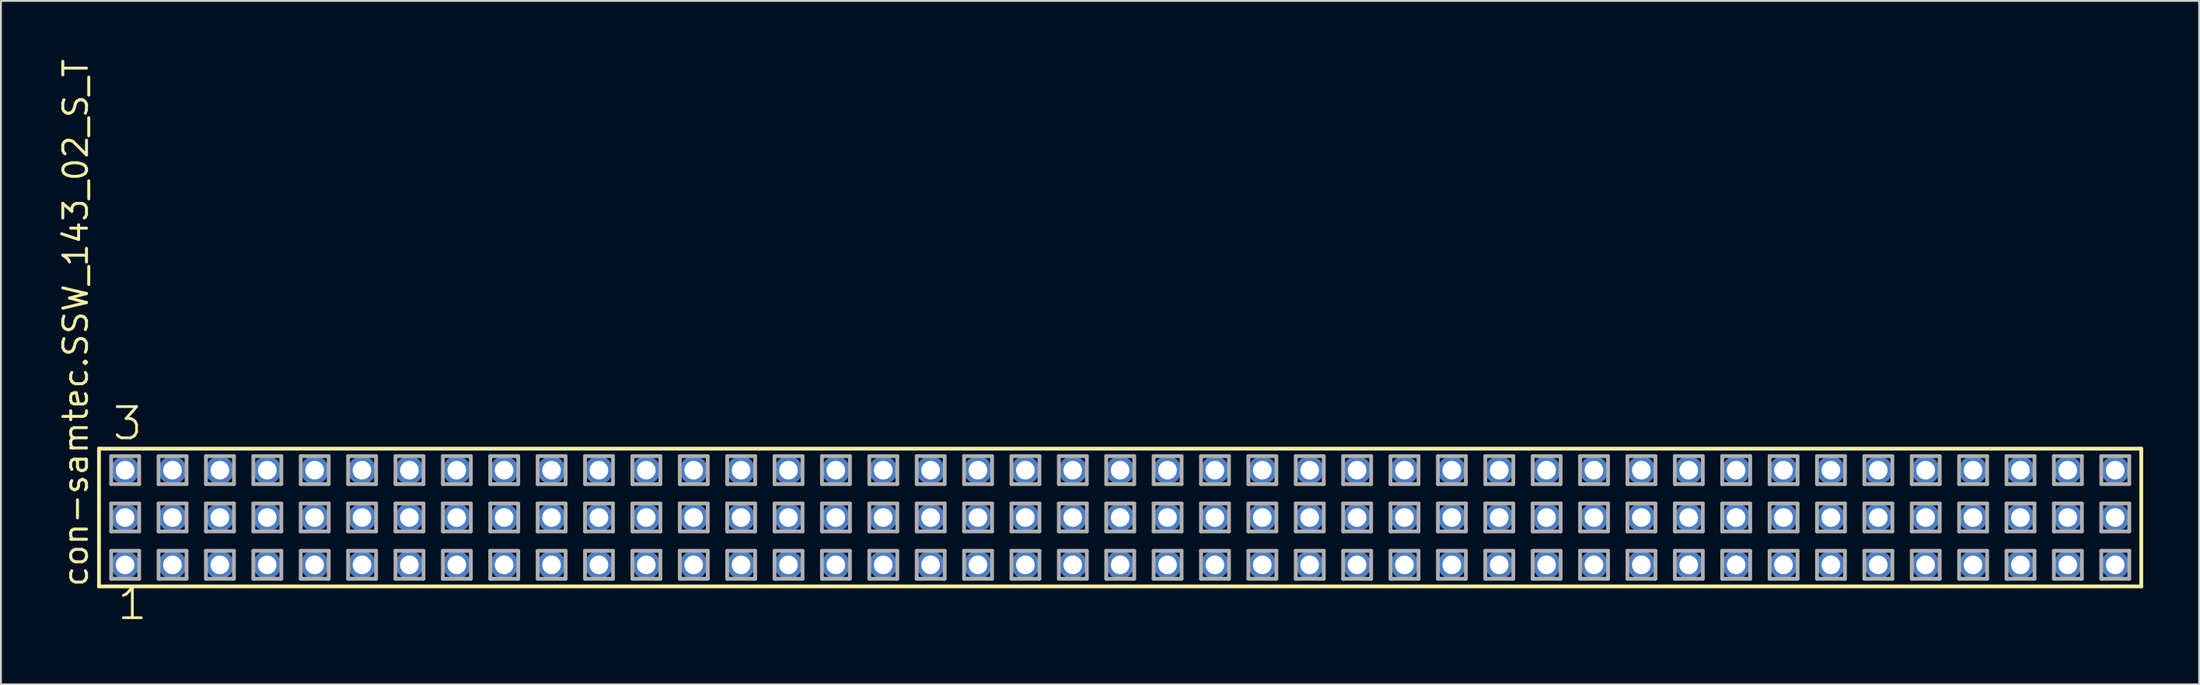
<source format=kicad_pcb>
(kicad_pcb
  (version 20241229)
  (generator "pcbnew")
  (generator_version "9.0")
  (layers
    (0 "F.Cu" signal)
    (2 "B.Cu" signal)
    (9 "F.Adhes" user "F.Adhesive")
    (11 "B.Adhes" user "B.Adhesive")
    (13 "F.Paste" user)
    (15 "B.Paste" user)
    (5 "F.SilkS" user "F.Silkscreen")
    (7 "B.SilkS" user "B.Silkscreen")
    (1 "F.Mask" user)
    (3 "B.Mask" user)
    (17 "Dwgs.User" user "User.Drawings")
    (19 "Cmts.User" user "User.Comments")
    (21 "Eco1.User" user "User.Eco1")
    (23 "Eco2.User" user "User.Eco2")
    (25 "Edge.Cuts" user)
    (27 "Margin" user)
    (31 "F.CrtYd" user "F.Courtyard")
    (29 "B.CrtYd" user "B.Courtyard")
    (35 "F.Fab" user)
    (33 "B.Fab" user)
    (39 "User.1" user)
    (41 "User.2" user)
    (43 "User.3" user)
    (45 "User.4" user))
  (footprint "con-samtec.SSW_143_02_S_T"
    (layer "F.Cu")
    (at 56.995 24.719)
    (property "Reference" "con-samtec.SSW_143_02_S_T" (at -55.245 3.81 90) (layer "F.SilkS") (effects (font (size 1.27 1.27) (thickness 0.16)) (justify left bottom)))
    (attr through_hole)
    (fp_line (start -54.739 -3.695) (end 54.739 -3.695) (stroke (width 0.203) (type default)) (layer "F.SilkS"))
    (fp_line (start -54.739 3.695) (end -54.739 -3.695) (stroke (width 0.203) (type default)) (layer "F.SilkS"))
    (fp_line (start 54.739 -3.695) (end 54.739 3.695) (stroke (width 0.203) (type default)) (layer "F.SilkS"))
    (fp_line (start 54.739 3.695) (end -54.739 3.695) (stroke (width 0.203) (type default)) (layer "F.SilkS"))
    (fp_line (start -54.085 -3.295) (end -52.585 -3.295) (stroke (width 0.203) (type default)) (layer "F.Fab"))
    (fp_line (start -54.085 -1.795) (end -54.085 -3.295) (stroke (width 0.203) (type default)) (layer "F.Fab"))
    (fp_line (start -54.085 -0.755) (end -52.585 -0.755) (stroke (width 0.203) (type default)) (layer "F.Fab"))
    (fp_line (start -54.085 0.745) (end -54.085 -0.755) (stroke (width 0.203) (type default)) (layer "F.Fab"))
    (fp_line (start -54.085 1.785) (end -52.585 1.785) (stroke (width 0.203) (type default)) (layer "F.Fab"))
    (fp_line (start -54.085 3.285) (end -54.085 1.785) (stroke (width 0.203) (type default)) (layer "F.Fab"))
    (fp_line (start -52.585 -3.295) (end -52.585 -1.795) (stroke (width 0.203) (type default)) (layer "F.Fab"))
    (fp_line (start -52.585 -1.795) (end -54.085 -1.795) (stroke (width 0.203) (type default)) (layer "F.Fab"))
    (fp_line (start -52.585 -0.755) (end -52.585 0.745) (stroke (width 0.203) (type default)) (layer "F.Fab"))
    (fp_line (start -52.585 0.745) (end -54.085 0.745) (stroke (width 0.203) (type default)) (layer "F.Fab"))
    (fp_line (start -52.585 1.785) (end -52.585 3.285) (stroke (width 0.203) (type default)) (layer "F.Fab"))
    (fp_line (start -52.585 3.285) (end -54.085 3.285) (stroke (width 0.203) (type default)) (layer "F.Fab"))
    (fp_line (start -51.545 -3.295) (end -50.045 -3.295) (stroke (width 0.203) (type default)) (layer "F.Fab"))
    (fp_line (start -51.545 -1.795) (end -51.545 -3.295) (stroke (width 0.203) (type default)) (layer "F.Fab"))
    (fp_line (start -51.545 -0.755) (end -50.045 -0.755) (stroke (width 0.203) (type default)) (layer "F.Fab"))
    (fp_line (start -51.545 0.745) (end -51.545 -0.755) (stroke (width 0.203) (type default)) (layer "F.Fab"))
    (fp_line (start -51.545 1.785) (end -50.045 1.785) (stroke (width 0.203) (type default)) (layer "F.Fab"))
    (fp_line (start -51.545 3.285) (end -51.545 1.785) (stroke (width 0.203) (type default)) (layer "F.Fab"))
    (fp_line (start -50.045 -3.295) (end -50.045 -1.795) (stroke (width 0.203) (type default)) (layer "F.Fab"))
    (fp_line (start -50.045 -1.795) (end -51.545 -1.795) (stroke (width 0.203) (type default)) (layer "F.Fab"))
    (fp_line (start -50.045 -0.755) (end -50.045 0.745) (stroke (width 0.203) (type default)) (layer "F.Fab"))
    (fp_line (start -50.045 0.745) (end -51.545 0.745) (stroke (width 0.203) (type default)) (layer "F.Fab"))
    (fp_line (start -50.045 1.785) (end -50.045 3.285) (stroke (width 0.203) (type default)) (layer "F.Fab"))
    (fp_line (start -50.045 3.285) (end -51.545 3.285) (stroke (width 0.203) (type default)) (layer "F.Fab"))
    (fp_line (start -49.005 -3.295) (end -47.505 -3.295) (stroke (width 0.203) (type default)) (layer "F.Fab"))
    (fp_line (start -49.005 -1.795) (end -49.005 -3.295) (stroke (width 0.203) (type default)) (layer "F.Fab"))
    (fp_line (start -49.005 -0.755) (end -47.505 -0.755) (stroke (width 0.203) (type default)) (layer "F.Fab"))
    (fp_line (start -49.005 0.745) (end -49.005 -0.755) (stroke (width 0.203) (type default)) (layer "F.Fab"))
    (fp_line (start -49.005 1.785) (end -47.505 1.785) (stroke (width 0.203) (type default)) (layer "F.Fab"))
    (fp_line (start -49.005 3.285) (end -49.005 1.785) (stroke (width 0.203) (type default)) (layer "F.Fab"))
    (fp_line (start -47.505 -3.295) (end -47.505 -1.795) (stroke (width 0.203) (type default)) (layer "F.Fab"))
    (fp_line (start -47.505 -1.795) (end -49.005 -1.795) (stroke (width 0.203) (type default)) (layer "F.Fab"))
    (fp_line (start -47.505 -0.755) (end -47.505 0.745) (stroke (width 0.203) (type default)) (layer "F.Fab"))
    (fp_line (start -47.505 0.745) (end -49.005 0.745) (stroke (width 0.203) (type default)) (layer "F.Fab"))
    (fp_line (start -47.505 1.785) (end -47.505 3.285) (stroke (width 0.203) (type default)) (layer "F.Fab"))
    (fp_line (start -47.505 3.285) (end -49.005 3.285) (stroke (width 0.203) (type default)) (layer "F.Fab"))
    (fp_line (start -46.465 -3.295) (end -44.965 -3.295) (stroke (width 0.203) (type default)) (layer "F.Fab"))
    (fp_line (start -46.465 -1.795) (end -46.465 -3.295) (stroke (width 0.203) (type default)) (layer "F.Fab"))
    (fp_line (start -46.465 -0.755) (end -44.965 -0.755) (stroke (width 0.203) (type default)) (layer "F.Fab"))
    (fp_line (start -46.465 0.745) (end -46.465 -0.755) (stroke (width 0.203) (type default)) (layer "F.Fab"))
    (fp_line (start -46.465 1.785) (end -44.965 1.785) (stroke (width 0.203) (type default)) (layer "F.Fab"))
    (fp_line (start -46.465 3.285) (end -46.465 1.785) (stroke (width 0.203) (type default)) (layer "F.Fab"))
    (fp_line (start -44.965 -3.295) (end -44.965 -1.795) (stroke (width 0.203) (type default)) (layer "F.Fab"))
    (fp_line (start -44.965 -1.795) (end -46.465 -1.795) (stroke (width 0.203) (type default)) (layer "F.Fab"))
    (fp_line (start -44.965 -0.755) (end -44.965 0.745) (stroke (width 0.203) (type default)) (layer "F.Fab"))
    (fp_line (start -44.965 0.745) (end -46.465 0.745) (stroke (width 0.203) (type default)) (layer "F.Fab"))
    (fp_line (start -44.965 1.785) (end -44.965 3.285) (stroke (width 0.203) (type default)) (layer "F.Fab"))
    (fp_line (start -44.965 3.285) (end -46.465 3.285) (stroke (width 0.203) (type default)) (layer "F.Fab"))
    (fp_line (start -43.925 -3.295) (end -42.425 -3.295) (stroke (width 0.203) (type default)) (layer "F.Fab"))
    (fp_line (start -43.925 -1.795) (end -43.925 -3.295) (stroke (width 0.203) (type default)) (layer "F.Fab"))
    (fp_line (start -43.925 -0.755) (end -42.425 -0.755) (stroke (width 0.203) (type default)) (layer "F.Fab"))
    (fp_line (start -43.925 0.745) (end -43.925 -0.755) (stroke (width 0.203) (type default)) (layer "F.Fab"))
    (fp_line (start -43.925 1.785) (end -42.425 1.785) (stroke (width 0.203) (type default)) (layer "F.Fab"))
    (fp_line (start -43.925 3.285) (end -43.925 1.785) (stroke (width 0.203) (type default)) (layer "F.Fab"))
    (fp_line (start -42.425 -3.295) (end -42.425 -1.795) (stroke (width 0.203) (type default)) (layer "F.Fab"))
    (fp_line (start -42.425 -1.795) (end -43.925 -1.795) (stroke (width 0.203) (type default)) (layer "F.Fab"))
    (fp_line (start -42.425 -0.755) (end -42.425 0.745) (stroke (width 0.203) (type default)) (layer "F.Fab"))
    (fp_line (start -42.425 0.745) (end -43.925 0.745) (stroke (width 0.203) (type default)) (layer "F.Fab"))
    (fp_line (start -42.425 1.785) (end -42.425 3.285) (stroke (width 0.203) (type default)) (layer "F.Fab"))
    (fp_line (start -42.425 3.285) (end -43.925 3.285) (stroke (width 0.203) (type default)) (layer "F.Fab"))
    (fp_line (start -41.385 -3.295) (end -39.885 -3.295) (stroke (width 0.203) (type default)) (layer "F.Fab"))
    (fp_line (start -41.385 -1.795) (end -41.385 -3.295) (stroke (width 0.203) (type default)) (layer "F.Fab"))
    (fp_line (start -41.385 -0.755) (end -39.885 -0.755) (stroke (width 0.203) (type default)) (layer "F.Fab"))
    (fp_line (start -41.385 0.745) (end -41.385 -0.755) (stroke (width 0.203) (type default)) (layer "F.Fab"))
    (fp_line (start -41.385 1.785) (end -39.885 1.785) (stroke (width 0.203) (type default)) (layer "F.Fab"))
    (fp_line (start -41.385 3.285) (end -41.385 1.785) (stroke (width 0.203) (type default)) (layer "F.Fab"))
    (fp_line (start -39.885 -3.295) (end -39.885 -1.795) (stroke (width 0.203) (type default)) (layer "F.Fab"))
    (fp_line (start -39.885 -1.795) (end -41.385 -1.795) (stroke (width 0.203) (type default)) (layer "F.Fab"))
    (fp_line (start -39.885 -0.755) (end -39.885 0.745) (stroke (width 0.203) (type default)) (layer "F.Fab"))
    (fp_line (start -39.885 0.745) (end -41.385 0.745) (stroke (width 0.203) (type default)) (layer "F.Fab"))
    (fp_line (start -39.885 1.785) (end -39.885 3.285) (stroke (width 0.203) (type default)) (layer "F.Fab"))
    (fp_line (start -39.885 3.285) (end -41.385 3.285) (stroke (width 0.203) (type default)) (layer "F.Fab"))
    (fp_line (start -38.845 -3.295) (end -37.345 -3.295) (stroke (width 0.203) (type default)) (layer "F.Fab"))
    (fp_line (start -38.845 -1.795) (end -38.845 -3.295) (stroke (width 0.203) (type default)) (layer "F.Fab"))
    (fp_line (start -38.845 -0.755) (end -37.345 -0.755) (stroke (width 0.203) (type default)) (layer "F.Fab"))
    (fp_line (start -38.845 0.745) (end -38.845 -0.755) (stroke (width 0.203) (type default)) (layer "F.Fab"))
    (fp_line (start -38.845 1.785) (end -37.345 1.785) (stroke (width 0.203) (type default)) (layer "F.Fab"))
    (fp_line (start -38.845 3.285) (end -38.845 1.785) (stroke (width 0.203) (type default)) (layer "F.Fab"))
    (fp_line (start -37.345 -3.295) (end -37.345 -1.795) (stroke (width 0.203) (type default)) (layer "F.Fab"))
    (fp_line (start -37.345 -1.795) (end -38.845 -1.795) (stroke (width 0.203) (type default)) (layer "F.Fab"))
    (fp_line (start -37.345 -0.755) (end -37.345 0.745) (stroke (width 0.203) (type default)) (layer "F.Fab"))
    (fp_line (start -37.345 0.745) (end -38.845 0.745) (stroke (width 0.203) (type default)) (layer "F.Fab"))
    (fp_line (start -37.345 1.785) (end -37.345 3.285) (stroke (width 0.203) (type default)) (layer "F.Fab"))
    (fp_line (start -37.345 3.285) (end -38.845 3.285) (stroke (width 0.203) (type default)) (layer "F.Fab"))
    (fp_line (start -36.305 -3.295) (end -34.805 -3.295) (stroke (width 0.203) (type default)) (layer "F.Fab"))
    (fp_line (start -36.305 -1.795) (end -36.305 -3.295) (stroke (width 0.203) (type default)) (layer "F.Fab"))
    (fp_line (start -36.305 -0.755) (end -34.805 -0.755) (stroke (width 0.203) (type default)) (layer "F.Fab"))
    (fp_line (start -36.305 0.745) (end -36.305 -0.755) (stroke (width 0.203) (type default)) (layer "F.Fab"))
    (fp_line (start -36.305 1.785) (end -34.805 1.785) (stroke (width 0.203) (type default)) (layer "F.Fab"))
    (fp_line (start -36.305 3.285) (end -36.305 1.785) (stroke (width 0.203) (type default)) (layer "F.Fab"))
    (fp_line (start -34.805 -3.295) (end -34.805 -1.795) (stroke (width 0.203) (type default)) (layer "F.Fab"))
    (fp_line (start -34.805 -1.795) (end -36.305 -1.795) (stroke (width 0.203) (type default)) (layer "F.Fab"))
    (fp_line (start -34.805 -0.755) (end -34.805 0.745) (stroke (width 0.203) (type default)) (layer "F.Fab"))
    (fp_line (start -34.805 0.745) (end -36.305 0.745) (stroke (width 0.203) (type default)) (layer "F.Fab"))
    (fp_line (start -34.805 1.785) (end -34.805 3.285) (stroke (width 0.203) (type default)) (layer "F.Fab"))
    (fp_line (start -34.805 3.285) (end -36.305 3.285) (stroke (width 0.203) (type default)) (layer "F.Fab"))
    (fp_line (start -33.765 -3.295) (end -32.265 -3.295) (stroke (width 0.203) (type default)) (layer "F.Fab"))
    (fp_line (start -33.765 -1.795) (end -33.765 -3.295) (stroke (width 0.203) (type default)) (layer "F.Fab"))
    (fp_line (start -33.765 -0.755) (end -32.265 -0.755) (stroke (width 0.203) (type default)) (layer "F.Fab"))
    (fp_line (start -33.765 0.745) (end -33.765 -0.755) (stroke (width 0.203) (type default)) (layer "F.Fab"))
    (fp_line (start -33.765 1.785) (end -32.265 1.785) (stroke (width 0.203) (type default)) (layer "F.Fab"))
    (fp_line (start -33.765 3.285) (end -33.765 1.785) (stroke (width 0.203) (type default)) (layer "F.Fab"))
    (fp_line (start -32.265 -3.295) (end -32.265 -1.795) (stroke (width 0.203) (type default)) (layer "F.Fab"))
    (fp_line (start -32.265 -1.795) (end -33.765 -1.795) (stroke (width 0.203) (type default)) (layer "F.Fab"))
    (fp_line (start -32.265 -0.755) (end -32.265 0.745) (stroke (width 0.203) (type default)) (layer "F.Fab"))
    (fp_line (start -32.265 0.745) (end -33.765 0.745) (stroke (width 0.203) (type default)) (layer "F.Fab"))
    (fp_line (start -32.265 1.785) (end -32.265 3.285) (stroke (width 0.203) (type default)) (layer "F.Fab"))
    (fp_line (start -32.265 3.285) (end -33.765 3.285) (stroke (width 0.203) (type default)) (layer "F.Fab"))
    (fp_line (start -31.225 -3.295) (end -29.725 -3.295) (stroke (width 0.203) (type default)) (layer "F.Fab"))
    (fp_line (start -31.225 -1.795) (end -31.225 -3.295) (stroke (width 0.203) (type default)) (layer "F.Fab"))
    (fp_line (start -31.225 -0.755) (end -29.725 -0.755) (stroke (width 0.203) (type default)) (layer "F.Fab"))
    (fp_line (start -31.225 0.745) (end -31.225 -0.755) (stroke (width 0.203) (type default)) (layer "F.Fab"))
    (fp_line (start -31.225 1.785) (end -29.725 1.785) (stroke (width 0.203) (type default)) (layer "F.Fab"))
    (fp_line (start -31.225 3.285) (end -31.225 1.785) (stroke (width 0.203) (type default)) (layer "F.Fab"))
    (fp_line (start -29.725 -3.295) (end -29.725 -1.795) (stroke (width 0.203) (type default)) (layer "F.Fab"))
    (fp_line (start -29.725 -1.795) (end -31.225 -1.795) (stroke (width 0.203) (type default)) (layer "F.Fab"))
    (fp_line (start -29.725 -0.755) (end -29.725 0.745) (stroke (width 0.203) (type default)) (layer "F.Fab"))
    (fp_line (start -29.725 0.745) (end -31.225 0.745) (stroke (width 0.203) (type default)) (layer "F.Fab"))
    (fp_line (start -29.725 1.785) (end -29.725 3.285) (stroke (width 0.203) (type default)) (layer "F.Fab"))
    (fp_line (start -29.725 3.285) (end -31.225 3.285) (stroke (width 0.203) (type default)) (layer "F.Fab"))
    (fp_line (start -28.685 -3.295) (end -27.185 -3.295) (stroke (width 0.203) (type default)) (layer "F.Fab"))
    (fp_line (start -28.685 -1.795) (end -28.685 -3.295) (stroke (width 0.203) (type default)) (layer "F.Fab"))
    (fp_line (start -28.685 -0.755) (end -27.185 -0.755) (stroke (width 0.203) (type default)) (layer "F.Fab"))
    (fp_line (start -28.685 0.745) (end -28.685 -0.755) (stroke (width 0.203) (type default)) (layer "F.Fab"))
    (fp_line (start -28.685 1.785) (end -27.185 1.785) (stroke (width 0.203) (type default)) (layer "F.Fab"))
    (fp_line (start -28.685 3.285) (end -28.685 1.785) (stroke (width 0.203) (type default)) (layer "F.Fab"))
    (fp_line (start -27.185 -3.295) (end -27.185 -1.795) (stroke (width 0.203) (type default)) (layer "F.Fab"))
    (fp_line (start -27.185 -1.795) (end -28.685 -1.795) (stroke (width 0.203) (type default)) (layer "F.Fab"))
    (fp_line (start -27.185 -0.755) (end -27.185 0.745) (stroke (width 0.203) (type default)) (layer "F.Fab"))
    (fp_line (start -27.185 0.745) (end -28.685 0.745) (stroke (width 0.203) (type default)) (layer "F.Fab"))
    (fp_line (start -27.185 1.785) (end -27.185 3.285) (stroke (width 0.203) (type default)) (layer "F.Fab"))
    (fp_line (start -27.185 3.285) (end -28.685 3.285) (stroke (width 0.203) (type default)) (layer "F.Fab"))
    (fp_line (start -26.145 -3.295) (end -24.645 -3.295) (stroke (width 0.203) (type default)) (layer "F.Fab"))
    (fp_line (start -26.145 -1.795) (end -26.145 -3.295) (stroke (width 0.203) (type default)) (layer "F.Fab"))
    (fp_line (start -26.145 -0.755) (end -24.645 -0.755) (stroke (width 0.203) (type default)) (layer "F.Fab"))
    (fp_line (start -26.145 0.745) (end -26.145 -0.755) (stroke (width 0.203) (type default)) (layer "F.Fab"))
    (fp_line (start -26.145 1.785) (end -24.645 1.785) (stroke (width 0.203) (type default)) (layer "F.Fab"))
    (fp_line (start -26.145 3.285) (end -26.145 1.785) (stroke (width 0.203) (type default)) (layer "F.Fab"))
    (fp_line (start -24.645 -3.295) (end -24.645 -1.795) (stroke (width 0.203) (type default)) (layer "F.Fab"))
    (fp_line (start -24.645 -1.795) (end -26.145 -1.795) (stroke (width 0.203) (type default)) (layer "F.Fab"))
    (fp_line (start -24.645 -0.755) (end -24.645 0.745) (stroke (width 0.203) (type default)) (layer "F.Fab"))
    (fp_line (start -24.645 0.745) (end -26.145 0.745) (stroke (width 0.203) (type default)) (layer "F.Fab"))
    (fp_line (start -24.645 1.785) (end -24.645 3.285) (stroke (width 0.203) (type default)) (layer "F.Fab"))
    (fp_line (start -24.645 3.285) (end -26.145 3.285) (stroke (width 0.203) (type default)) (layer "F.Fab"))
    (fp_line (start -23.605 -3.295) (end -22.105 -3.295) (stroke (width 0.203) (type default)) (layer "F.Fab"))
    (fp_line (start -23.605 -1.795) (end -23.605 -3.295) (stroke (width 0.203) (type default)) (layer "F.Fab"))
    (fp_line (start -23.605 -0.755) (end -22.105 -0.755) (stroke (width 0.203) (type default)) (layer "F.Fab"))
    (fp_line (start -23.605 0.745) (end -23.605 -0.755) (stroke (width 0.203) (type default)) (layer "F.Fab"))
    (fp_line (start -23.605 1.785) (end -22.105 1.785) (stroke (width 0.203) (type default)) (layer "F.Fab"))
    (fp_line (start -23.605 3.285) (end -23.605 1.785) (stroke (width 0.203) (type default)) (layer "F.Fab"))
    (fp_line (start -22.105 -3.295) (end -22.105 -1.795) (stroke (width 0.203) (type default)) (layer "F.Fab"))
    (fp_line (start -22.105 -1.795) (end -23.605 -1.795) (stroke (width 0.203) (type default)) (layer "F.Fab"))
    (fp_line (start -22.105 -0.755) (end -22.105 0.745) (stroke (width 0.203) (type default)) (layer "F.Fab"))
    (fp_line (start -22.105 0.745) (end -23.605 0.745) (stroke (width 0.203) (type default)) (layer "F.Fab"))
    (fp_line (start -22.105 1.785) (end -22.105 3.285) (stroke (width 0.203) (type default)) (layer "F.Fab"))
    (fp_line (start -22.105 3.285) (end -23.605 3.285) (stroke (width 0.203) (type default)) (layer "F.Fab"))
    (fp_line (start -21.065 -3.295) (end -19.565 -3.295) (stroke (width 0.203) (type default)) (layer "F.Fab"))
    (fp_line (start -21.065 -1.795) (end -21.065 -3.295) (stroke (width 0.203) (type default)) (layer "F.Fab"))
    (fp_line (start -21.065 -0.755) (end -19.565 -0.755) (stroke (width 0.203) (type default)) (layer "F.Fab"))
    (fp_line (start -21.065 0.745) (end -21.065 -0.755) (stroke (width 0.203) (type default)) (layer "F.Fab"))
    (fp_line (start -21.065 1.785) (end -19.565 1.785) (stroke (width 0.203) (type default)) (layer "F.Fab"))
    (fp_line (start -21.065 3.285) (end -21.065 1.785) (stroke (width 0.203) (type default)) (layer "F.Fab"))
    (fp_line (start -19.565 -3.295) (end -19.565 -1.795) (stroke (width 0.203) (type default)) (layer "F.Fab"))
    (fp_line (start -19.565 -1.795) (end -21.065 -1.795) (stroke (width 0.203) (type default)) (layer "F.Fab"))
    (fp_line (start -19.565 -0.755) (end -19.565 0.745) (stroke (width 0.203) (type default)) (layer "F.Fab"))
    (fp_line (start -19.565 0.745) (end -21.065 0.745) (stroke (width 0.203) (type default)) (layer "F.Fab"))
    (fp_line (start -19.565 1.785) (end -19.565 3.285) (stroke (width 0.203) (type default)) (layer "F.Fab"))
    (fp_line (start -19.565 3.285) (end -21.065 3.285) (stroke (width 0.203) (type default)) (layer "F.Fab"))
    (fp_line (start -18.525 -3.295) (end -17.025 -3.295) (stroke (width 0.203) (type default)) (layer "F.Fab"))
    (fp_line (start -18.525 -1.795) (end -18.525 -3.295) (stroke (width 0.203) (type default)) (layer "F.Fab"))
    (fp_line (start -18.525 -0.755) (end -17.025 -0.755) (stroke (width 0.203) (type default)) (layer "F.Fab"))
    (fp_line (start -18.525 0.745) (end -18.525 -0.755) (stroke (width 0.203) (type default)) (layer "F.Fab"))
    (fp_line (start -18.525 1.785) (end -17.025 1.785) (stroke (width 0.203) (type default)) (layer "F.Fab"))
    (fp_line (start -18.525 3.285) (end -18.525 1.785) (stroke (width 0.203) (type default)) (layer "F.Fab"))
    (fp_line (start -17.025 -3.295) (end -17.025 -1.795) (stroke (width 0.203) (type default)) (layer "F.Fab"))
    (fp_line (start -17.025 -1.795) (end -18.525 -1.795) (stroke (width 0.203) (type default)) (layer "F.Fab"))
    (fp_line (start -17.025 -0.755) (end -17.025 0.745) (stroke (width 0.203) (type default)) (layer "F.Fab"))
    (fp_line (start -17.025 0.745) (end -18.525 0.745) (stroke (width 0.203) (type default)) (layer "F.Fab"))
    (fp_line (start -17.025 1.785) (end -17.025 3.285) (stroke (width 0.203) (type default)) (layer "F.Fab"))
    (fp_line (start -17.025 3.285) (end -18.525 3.285) (stroke (width 0.203) (type default)) (layer "F.Fab"))
    (fp_line (start -15.985 -3.295) (end -14.485 -3.295) (stroke (width 0.203) (type default)) (layer "F.Fab"))
    (fp_line (start -15.985 -1.795) (end -15.985 -3.295) (stroke (width 0.203) (type default)) (layer "F.Fab"))
    (fp_line (start -15.985 -0.755) (end -14.485 -0.755) (stroke (width 0.203) (type default)) (layer "F.Fab"))
    (fp_line (start -15.985 0.745) (end -15.985 -0.755) (stroke (width 0.203) (type default)) (layer "F.Fab"))
    (fp_line (start -15.985 1.785) (end -14.485 1.785) (stroke (width 0.203) (type default)) (layer "F.Fab"))
    (fp_line (start -15.985 3.285) (end -15.985 1.785) (stroke (width 0.203) (type default)) (layer "F.Fab"))
    (fp_line (start -14.485 -3.295) (end -14.485 -1.795) (stroke (width 0.203) (type default)) (layer "F.Fab"))
    (fp_line (start -14.485 -1.795) (end -15.985 -1.795) (stroke (width 0.203) (type default)) (layer "F.Fab"))
    (fp_line (start -14.485 -0.755) (end -14.485 0.745) (stroke (width 0.203) (type default)) (layer "F.Fab"))
    (fp_line (start -14.485 0.745) (end -15.985 0.745) (stroke (width 0.203) (type default)) (layer "F.Fab"))
    (fp_line (start -14.485 1.785) (end -14.485 3.285) (stroke (width 0.203) (type default)) (layer "F.Fab"))
    (fp_line (start -14.485 3.285) (end -15.985 3.285) (stroke (width 0.203) (type default)) (layer "F.Fab"))
    (fp_line (start -13.445 -3.295) (end -11.945 -3.295) (stroke (width 0.203) (type default)) (layer "F.Fab"))
    (fp_line (start -13.445 -1.795) (end -13.445 -3.295) (stroke (width 0.203) (type default)) (layer "F.Fab"))
    (fp_line (start -13.445 -0.755) (end -11.945 -0.755) (stroke (width 0.203) (type default)) (layer "F.Fab"))
    (fp_line (start -13.445 0.745) (end -13.445 -0.755) (stroke (width 0.203) (type default)) (layer "F.Fab"))
    (fp_line (start -13.445 1.785) (end -11.945 1.785) (stroke (width 0.203) (type default)) (layer "F.Fab"))
    (fp_line (start -13.445 3.285) (end -13.445 1.785) (stroke (width 0.203) (type default)) (layer "F.Fab"))
    (fp_line (start -11.945 -3.295) (end -11.945 -1.795) (stroke (width 0.203) (type default)) (layer "F.Fab"))
    (fp_line (start -11.945 -1.795) (end -13.445 -1.795) (stroke (width 0.203) (type default)) (layer "F.Fab"))
    (fp_line (start -11.945 -0.755) (end -11.945 0.745) (stroke (width 0.203) (type default)) (layer "F.Fab"))
    (fp_line (start -11.945 0.745) (end -13.445 0.745) (stroke (width 0.203) (type default)) (layer "F.Fab"))
    (fp_line (start -11.945 1.785) (end -11.945 3.285) (stroke (width 0.203) (type default)) (layer "F.Fab"))
    (fp_line (start -11.945 3.285) (end -13.445 3.285) (stroke (width 0.203) (type default)) (layer "F.Fab"))
    (fp_line (start -10.905 -3.295) (end -9.405 -3.295) (stroke (width 0.203) (type default)) (layer "F.Fab"))
    (fp_line (start -10.905 -1.795) (end -10.905 -3.295) (stroke (width 0.203) (type default)) (layer "F.Fab"))
    (fp_line (start -10.905 -0.755) (end -9.405 -0.755) (stroke (width 0.203) (type default)) (layer "F.Fab"))
    (fp_line (start -10.905 0.745) (end -10.905 -0.755) (stroke (width 0.203) (type default)) (layer "F.Fab"))
    (fp_line (start -10.905 1.785) (end -9.405 1.785) (stroke (width 0.203) (type default)) (layer "F.Fab"))
    (fp_line (start -10.905 3.285) (end -10.905 1.785) (stroke (width 0.203) (type default)) (layer "F.Fab"))
    (fp_line (start -9.405 -3.295) (end -9.405 -1.795) (stroke (width 0.203) (type default)) (layer "F.Fab"))
    (fp_line (start -9.405 -1.795) (end -10.905 -1.795) (stroke (width 0.203) (type default)) (layer "F.Fab"))
    (fp_line (start -9.405 -0.755) (end -9.405 0.745) (stroke (width 0.203) (type default)) (layer "F.Fab"))
    (fp_line (start -9.405 0.745) (end -10.905 0.745) (stroke (width 0.203) (type default)) (layer "F.Fab"))
    (fp_line (start -9.405 1.785) (end -9.405 3.285) (stroke (width 0.203) (type default)) (layer "F.Fab"))
    (fp_line (start -9.405 3.285) (end -10.905 3.285) (stroke (width 0.203) (type default)) (layer "F.Fab"))
    (fp_line (start -8.365 -3.295) (end -6.865 -3.295) (stroke (width 0.203) (type default)) (layer "F.Fab"))
    (fp_line (start -8.365 -1.795) (end -8.365 -3.295) (stroke (width 0.203) (type default)) (layer "F.Fab"))
    (fp_line (start -8.365 -0.755) (end -6.865 -0.755) (stroke (width 0.203) (type default)) (layer "F.Fab"))
    (fp_line (start -8.365 0.745) (end -8.365 -0.755) (stroke (width 0.203) (type default)) (layer "F.Fab"))
    (fp_line (start -8.365 1.785) (end -6.865 1.785) (stroke (width 0.203) (type default)) (layer "F.Fab"))
    (fp_line (start -8.365 3.285) (end -8.365 1.785) (stroke (width 0.203) (type default)) (layer "F.Fab"))
    (fp_line (start -6.865 -3.295) (end -6.865 -1.795) (stroke (width 0.203) (type default)) (layer "F.Fab"))
    (fp_line (start -6.865 -1.795) (end -8.365 -1.795) (stroke (width 0.203) (type default)) (layer "F.Fab"))
    (fp_line (start -6.865 -0.755) (end -6.865 0.745) (stroke (width 0.203) (type default)) (layer "F.Fab"))
    (fp_line (start -6.865 0.745) (end -8.365 0.745) (stroke (width 0.203) (type default)) (layer "F.Fab"))
    (fp_line (start -6.865 1.785) (end -6.865 3.285) (stroke (width 0.203) (type default)) (layer "F.Fab"))
    (fp_line (start -6.865 3.285) (end -8.365 3.285) (stroke (width 0.203) (type default)) (layer "F.Fab"))
    (fp_line (start -5.825 -3.295) (end -4.325 -3.295) (stroke (width 0.203) (type default)) (layer "F.Fab"))
    (fp_line (start -5.825 -1.795) (end -5.825 -3.295) (stroke (width 0.203) (type default)) (layer "F.Fab"))
    (fp_line (start -5.825 -0.755) (end -4.325 -0.755) (stroke (width 0.203) (type default)) (layer "F.Fab"))
    (fp_line (start -5.825 0.745) (end -5.825 -0.755) (stroke (width 0.203) (type default)) (layer "F.Fab"))
    (fp_line (start -5.825 1.785) (end -4.325 1.785) (stroke (width 0.203) (type default)) (layer "F.Fab"))
    (fp_line (start -5.825 3.285) (end -5.825 1.785) (stroke (width 0.203) (type default)) (layer "F.Fab"))
    (fp_line (start -4.325 -3.295) (end -4.325 -1.795) (stroke (width 0.203) (type default)) (layer "F.Fab"))
    (fp_line (start -4.325 -1.795) (end -5.825 -1.795) (stroke (width 0.203) (type default)) (layer "F.Fab"))
    (fp_line (start -4.325 -0.755) (end -4.325 0.745) (stroke (width 0.203) (type default)) (layer "F.Fab"))
    (fp_line (start -4.325 0.745) (end -5.825 0.745) (stroke (width 0.203) (type default)) (layer "F.Fab"))
    (fp_line (start -4.325 1.785) (end -4.325 3.285) (stroke (width 0.203) (type default)) (layer "F.Fab"))
    (fp_line (start -4.325 3.285) (end -5.825 3.285) (stroke (width 0.203) (type default)) (layer "F.Fab"))
    (fp_line (start -3.285 -3.295) (end -1.785 -3.295) (stroke (width 0.203) (type default)) (layer "F.Fab"))
    (fp_line (start -3.285 -1.795) (end -3.285 -3.295) (stroke (width 0.203) (type default)) (layer "F.Fab"))
    (fp_line (start -3.285 -0.755) (end -1.785 -0.755) (stroke (width 0.203) (type default)) (layer "F.Fab"))
    (fp_line (start -3.285 0.745) (end -3.285 -0.755) (stroke (width 0.203) (type default)) (layer "F.Fab"))
    (fp_line (start -3.285 1.785) (end -1.785 1.785) (stroke (width 0.203) (type default)) (layer "F.Fab"))
    (fp_line (start -3.285 3.285) (end -3.285 1.785) (stroke (width 0.203) (type default)) (layer "F.Fab"))
    (fp_line (start -1.785 -3.295) (end -1.785 -1.795) (stroke (width 0.203) (type default)) (layer "F.Fab"))
    (fp_line (start -1.785 -1.795) (end -3.285 -1.795) (stroke (width 0.203) (type default)) (layer "F.Fab"))
    (fp_line (start -1.785 -0.755) (end -1.785 0.745) (stroke (width 0.203) (type default)) (layer "F.Fab"))
    (fp_line (start -1.785 0.745) (end -3.285 0.745) (stroke (width 0.203) (type default)) (layer "F.Fab"))
    (fp_line (start -1.785 1.785) (end -1.785 3.285) (stroke (width 0.203) (type default)) (layer "F.Fab"))
    (fp_line (start -1.785 3.285) (end -3.285 3.285) (stroke (width 0.203) (type default)) (layer "F.Fab"))
    (fp_line (start -0.745 -3.295) (end 0.755 -3.295) (stroke (width 0.203) (type default)) (layer "F.Fab"))
    (fp_line (start -0.745 -1.795) (end -0.745 -3.295) (stroke (width 0.203) (type default)) (layer "F.Fab"))
    (fp_line (start -0.745 -0.755) (end 0.755 -0.755) (stroke (width 0.203) (type default)) (layer "F.Fab"))
    (fp_line (start -0.745 0.745) (end -0.745 -0.755) (stroke (width 0.203) (type default)) (layer "F.Fab"))
    (fp_line (start -0.745 1.785) (end 0.755 1.785) (stroke (width 0.203) (type default)) (layer "F.Fab"))
    (fp_line (start -0.745 3.285) (end -0.745 1.785) (stroke (width 0.203) (type default)) (layer "F.Fab"))
    (fp_line (start 0.755 -3.295) (end 0.755 -1.795) (stroke (width 0.203) (type default)) (layer "F.Fab"))
    (fp_line (start 0.755 -1.795) (end -0.745 -1.795) (stroke (width 0.203) (type default)) (layer "F.Fab"))
    (fp_line (start 0.755 -0.755) (end 0.755 0.745) (stroke (width 0.203) (type default)) (layer "F.Fab"))
    (fp_line (start 0.755 0.745) (end -0.745 0.745) (stroke (width 0.203) (type default)) (layer "F.Fab"))
    (fp_line (start 0.755 1.785) (end 0.755 3.285) (stroke (width 0.203) (type default)) (layer "F.Fab"))
    (fp_line (start 0.755 3.285) (end -0.745 3.285) (stroke (width 0.203) (type default)) (layer "F.Fab"))
    (fp_line (start 1.795 -3.295) (end 3.295 -3.295) (stroke (width 0.203) (type default)) (layer "F.Fab"))
    (fp_line (start 1.795 -1.795) (end 1.795 -3.295) (stroke (width 0.203) (type default)) (layer "F.Fab"))
    (fp_line (start 1.795 -0.755) (end 3.295 -0.755) (stroke (width 0.203) (type default)) (layer "F.Fab"))
    (fp_line (start 1.795 0.745) (end 1.795 -0.755) (stroke (width 0.203) (type default)) (layer "F.Fab"))
    (fp_line (start 1.795 1.785) (end 3.295 1.785) (stroke (width 0.203) (type default)) (layer "F.Fab"))
    (fp_line (start 1.795 3.285) (end 1.795 1.785) (stroke (width 0.203) (type default)) (layer "F.Fab"))
    (fp_line (start 3.295 -3.295) (end 3.295 -1.795) (stroke (width 0.203) (type default)) (layer "F.Fab"))
    (fp_line (start 3.295 -1.795) (end 1.795 -1.795) (stroke (width 0.203) (type default)) (layer "F.Fab"))
    (fp_line (start 3.295 -0.755) (end 3.295 0.745) (stroke (width 0.203) (type default)) (layer "F.Fab"))
    (fp_line (start 3.295 0.745) (end 1.795 0.745) (stroke (width 0.203) (type default)) (layer "F.Fab"))
    (fp_line (start 3.295 1.785) (end 3.295 3.285) (stroke (width 0.203) (type default)) (layer "F.Fab"))
    (fp_line (start 3.295 3.285) (end 1.795 3.285) (stroke (width 0.203) (type default)) (layer "F.Fab"))
    (fp_line (start 4.335 -3.295) (end 5.835 -3.295) (stroke (width 0.203) (type default)) (layer "F.Fab"))
    (fp_line (start 4.335 -1.795) (end 4.335 -3.295) (stroke (width 0.203) (type default)) (layer "F.Fab"))
    (fp_line (start 4.335 -0.755) (end 5.835 -0.755) (stroke (width 0.203) (type default)) (layer "F.Fab"))
    (fp_line (start 4.335 0.745) (end 4.335 -0.755) (stroke (width 0.203) (type default)) (layer "F.Fab"))
    (fp_line (start 4.335 1.785) (end 5.835 1.785) (stroke (width 0.203) (type default)) (layer "F.Fab"))
    (fp_line (start 4.335 3.285) (end 4.335 1.785) (stroke (width 0.203) (type default)) (layer "F.Fab"))
    (fp_line (start 5.835 -3.295) (end 5.835 -1.795) (stroke (width 0.203) (type default)) (layer "F.Fab"))
    (fp_line (start 5.835 -1.795) (end 4.335 -1.795) (stroke (width 0.203) (type default)) (layer "F.Fab"))
    (fp_line (start 5.835 -0.755) (end 5.835 0.745) (stroke (width 0.203) (type default)) (layer "F.Fab"))
    (fp_line (start 5.835 0.745) (end 4.335 0.745) (stroke (width 0.203) (type default)) (layer "F.Fab"))
    (fp_line (start 5.835 1.785) (end 5.835 3.285) (stroke (width 0.203) (type default)) (layer "F.Fab"))
    (fp_line (start 5.835 3.285) (end 4.335 3.285) (stroke (width 0.203) (type default)) (layer "F.Fab"))
    (fp_line (start 6.875 -3.295) (end 8.375 -3.295) (stroke (width 0.203) (type default)) (layer "F.Fab"))
    (fp_line (start 6.875 -1.795) (end 6.875 -3.295) (stroke (width 0.203) (type default)) (layer "F.Fab"))
    (fp_line (start 6.875 -0.755) (end 8.375 -0.755) (stroke (width 0.203) (type default)) (layer "F.Fab"))
    (fp_line (start 6.875 0.745) (end 6.875 -0.755) (stroke (width 0.203) (type default)) (layer "F.Fab"))
    (fp_line (start 6.875 1.785) (end 8.375 1.785) (stroke (width 0.203) (type default)) (layer "F.Fab"))
    (fp_line (start 6.875 3.285) (end 6.875 1.785) (stroke (width 0.203) (type default)) (layer "F.Fab"))
    (fp_line (start 8.375 -3.295) (end 8.375 -1.795) (stroke (width 0.203) (type default)) (layer "F.Fab"))
    (fp_line (start 8.375 -1.795) (end 6.875 -1.795) (stroke (width 0.203) (type default)) (layer "F.Fab"))
    (fp_line (start 8.375 -0.755) (end 8.375 0.745) (stroke (width 0.203) (type default)) (layer "F.Fab"))
    (fp_line (start 8.375 0.745) (end 6.875 0.745) (stroke (width 0.203) (type default)) (layer "F.Fab"))
    (fp_line (start 8.375 1.785) (end 8.375 3.285) (stroke (width 0.203) (type default)) (layer "F.Fab"))
    (fp_line (start 8.375 3.285) (end 6.875 3.285) (stroke (width 0.203) (type default)) (layer "F.Fab"))
    (fp_line (start 9.415 -3.295) (end 10.915 -3.295) (stroke (width 0.203) (type default)) (layer "F.Fab"))
    (fp_line (start 9.415 -1.795) (end 9.415 -3.295) (stroke (width 0.203) (type default)) (layer "F.Fab"))
    (fp_line (start 9.415 -0.755) (end 10.915 -0.755) (stroke (width 0.203) (type default)) (layer "F.Fab"))
    (fp_line (start 9.415 0.745) (end 9.415 -0.755) (stroke (width 0.203) (type default)) (layer "F.Fab"))
    (fp_line (start 9.415 1.785) (end 10.915 1.785) (stroke (width 0.203) (type default)) (layer "F.Fab"))
    (fp_line (start 9.415 3.285) (end 9.415 1.785) (stroke (width 0.203) (type default)) (layer "F.Fab"))
    (fp_line (start 10.915 -3.295) (end 10.915 -1.795) (stroke (width 0.203) (type default)) (layer "F.Fab"))
    (fp_line (start 10.915 -1.795) (end 9.415 -1.795) (stroke (width 0.203) (type default)) (layer "F.Fab"))
    (fp_line (start 10.915 -0.755) (end 10.915 0.745) (stroke (width 0.203) (type default)) (layer "F.Fab"))
    (fp_line (start 10.915 0.745) (end 9.415 0.745) (stroke (width 0.203) (type default)) (layer "F.Fab"))
    (fp_line (start 10.915 1.785) (end 10.915 3.285) (stroke (width 0.203) (type default)) (layer "F.Fab"))
    (fp_line (start 10.915 3.285) (end 9.415 3.285) (stroke (width 0.203) (type default)) (layer "F.Fab"))
    (fp_line (start 11.955 -3.295) (end 13.455 -3.295) (stroke (width 0.203) (type default)) (layer "F.Fab"))
    (fp_line (start 11.955 -1.795) (end 11.955 -3.295) (stroke (width 0.203) (type default)) (layer "F.Fab"))
    (fp_line (start 11.955 -0.755) (end 13.455 -0.755) (stroke (width 0.203) (type default)) (layer "F.Fab"))
    (fp_line (start 11.955 0.745) (end 11.955 -0.755) (stroke (width 0.203) (type default)) (layer "F.Fab"))
    (fp_line (start 11.955 1.785) (end 13.455 1.785) (stroke (width 0.203) (type default)) (layer "F.Fab"))
    (fp_line (start 11.955 3.285) (end 11.955 1.785) (stroke (width 0.203) (type default)) (layer "F.Fab"))
    (fp_line (start 13.455 -3.295) (end 13.455 -1.795) (stroke (width 0.203) (type default)) (layer "F.Fab"))
    (fp_line (start 13.455 -1.795) (end 11.955 -1.795) (stroke (width 0.203) (type default)) (layer "F.Fab"))
    (fp_line (start 13.455 -0.755) (end 13.455 0.745) (stroke (width 0.203) (type default)) (layer "F.Fab"))
    (fp_line (start 13.455 0.745) (end 11.955 0.745) (stroke (width 0.203) (type default)) (layer "F.Fab"))
    (fp_line (start 13.455 1.785) (end 13.455 3.285) (stroke (width 0.203) (type default)) (layer "F.Fab"))
    (fp_line (start 13.455 3.285) (end 11.955 3.285) (stroke (width 0.203) (type default)) (layer "F.Fab"))
    (fp_line (start 14.495 -3.295) (end 15.995 -3.295) (stroke (width 0.203) (type default)) (layer "F.Fab"))
    (fp_line (start 14.495 -1.795) (end 14.495 -3.295) (stroke (width 0.203) (type default)) (layer "F.Fab"))
    (fp_line (start 14.495 -0.755) (end 15.995 -0.755) (stroke (width 0.203) (type default)) (layer "F.Fab"))
    (fp_line (start 14.495 0.745) (end 14.495 -0.755) (stroke (width 0.203) (type default)) (layer "F.Fab"))
    (fp_line (start 14.495 1.785) (end 15.995 1.785) (stroke (width 0.203) (type default)) (layer "F.Fab"))
    (fp_line (start 14.495 3.285) (end 14.495 1.785) (stroke (width 0.203) (type default)) (layer "F.Fab"))
    (fp_line (start 15.995 -3.295) (end 15.995 -1.795) (stroke (width 0.203) (type default)) (layer "F.Fab"))
    (fp_line (start 15.995 -1.795) (end 14.495 -1.795) (stroke (width 0.203) (type default)) (layer "F.Fab"))
    (fp_line (start 15.995 -0.755) (end 15.995 0.745) (stroke (width 0.203) (type default)) (layer "F.Fab"))
    (fp_line (start 15.995 0.745) (end 14.495 0.745) (stroke (width 0.203) (type default)) (layer "F.Fab"))
    (fp_line (start 15.995 1.785) (end 15.995 3.285) (stroke (width 0.203) (type default)) (layer "F.Fab"))
    (fp_line (start 15.995 3.285) (end 14.495 3.285) (stroke (width 0.203) (type default)) (layer "F.Fab"))
    (fp_line (start 17.035 -3.295) (end 18.535 -3.295) (stroke (width 0.203) (type default)) (layer "F.Fab"))
    (fp_line (start 17.035 -1.795) (end 17.035 -3.295) (stroke (width 0.203) (type default)) (layer "F.Fab"))
    (fp_line (start 17.035 -0.755) (end 18.535 -0.755) (stroke (width 0.203) (type default)) (layer "F.Fab"))
    (fp_line (start 17.035 0.745) (end 17.035 -0.755) (stroke (width 0.203) (type default)) (layer "F.Fab"))
    (fp_line (start 17.035 1.785) (end 18.535 1.785) (stroke (width 0.203) (type default)) (layer "F.Fab"))
    (fp_line (start 17.035 3.285) (end 17.035 1.785) (stroke (width 0.203) (type default)) (layer "F.Fab"))
    (fp_line (start 18.535 -3.295) (end 18.535 -1.795) (stroke (width 0.203) (type default)) (layer "F.Fab"))
    (fp_line (start 18.535 -1.795) (end 17.035 -1.795) (stroke (width 0.203) (type default)) (layer "F.Fab"))
    (fp_line (start 18.535 -0.755) (end 18.535 0.745) (stroke (width 0.203) (type default)) (layer "F.Fab"))
    (fp_line (start 18.535 0.745) (end 17.035 0.745) (stroke (width 0.203) (type default)) (layer "F.Fab"))
    (fp_line (start 18.535 1.785) (end 18.535 3.285) (stroke (width 0.203) (type default)) (layer "F.Fab"))
    (fp_line (start 18.535 3.285) (end 17.035 3.285) (stroke (width 0.203) (type default)) (layer "F.Fab"))
    (fp_line (start 19.575 -3.295) (end 21.075 -3.295) (stroke (width 0.203) (type default)) (layer "F.Fab"))
    (fp_line (start 19.575 -1.795) (end 19.575 -3.295) (stroke (width 0.203) (type default)) (layer "F.Fab"))
    (fp_line (start 19.575 -0.755) (end 21.075 -0.755) (stroke (width 0.203) (type default)) (layer "F.Fab"))
    (fp_line (start 19.575 0.745) (end 19.575 -0.755) (stroke (width 0.203) (type default)) (layer "F.Fab"))
    (fp_line (start 19.575 1.785) (end 21.075 1.785) (stroke (width 0.203) (type default)) (layer "F.Fab"))
    (fp_line (start 19.575 3.285) (end 19.575 1.785) (stroke (width 0.203) (type default)) (layer "F.Fab"))
    (fp_line (start 21.075 -3.295) (end 21.075 -1.795) (stroke (width 0.203) (type default)) (layer "F.Fab"))
    (fp_line (start 21.075 -1.795) (end 19.575 -1.795) (stroke (width 0.203) (type default)) (layer "F.Fab"))
    (fp_line (start 21.075 -0.755) (end 21.075 0.745) (stroke (width 0.203) (type default)) (layer "F.Fab"))
    (fp_line (start 21.075 0.745) (end 19.575 0.745) (stroke (width 0.203) (type default)) (layer "F.Fab"))
    (fp_line (start 21.075 1.785) (end 21.075 3.285) (stroke (width 0.203) (type default)) (layer "F.Fab"))
    (fp_line (start 21.075 3.285) (end 19.575 3.285) (stroke (width 0.203) (type default)) (layer "F.Fab"))
    (fp_line (start 22.115 -3.295) (end 23.615 -3.295) (stroke (width 0.203) (type default)) (layer "F.Fab"))
    (fp_line (start 22.115 -1.795) (end 22.115 -3.295) (stroke (width 0.203) (type default)) (layer "F.Fab"))
    (fp_line (start 22.115 -0.755) (end 23.615 -0.755) (stroke (width 0.203) (type default)) (layer "F.Fab"))
    (fp_line (start 22.115 0.745) (end 22.115 -0.755) (stroke (width 0.203) (type default)) (layer "F.Fab"))
    (fp_line (start 22.115 1.785) (end 23.615 1.785) (stroke (width 0.203) (type default)) (layer "F.Fab"))
    (fp_line (start 22.115 3.285) (end 22.115 1.785) (stroke (width 0.203) (type default)) (layer "F.Fab"))
    (fp_line (start 23.615 -3.295) (end 23.615 -1.795) (stroke (width 0.203) (type default)) (layer "F.Fab"))
    (fp_line (start 23.615 -1.795) (end 22.115 -1.795) (stroke (width 0.203) (type default)) (layer "F.Fab"))
    (fp_line (start 23.615 -0.755) (end 23.615 0.745) (stroke (width 0.203) (type default)) (layer "F.Fab"))
    (fp_line (start 23.615 0.745) (end 22.115 0.745) (stroke (width 0.203) (type default)) (layer "F.Fab"))
    (fp_line (start 23.615 1.785) (end 23.615 3.285) (stroke (width 0.203) (type default)) (layer "F.Fab"))
    (fp_line (start 23.615 3.285) (end 22.115 3.285) (stroke (width 0.203) (type default)) (layer "F.Fab"))
    (fp_line (start 24.655 -3.295) (end 26.155 -3.295) (stroke (width 0.203) (type default)) (layer "F.Fab"))
    (fp_line (start 24.655 -1.795) (end 24.655 -3.295) (stroke (width 0.203) (type default)) (layer "F.Fab"))
    (fp_line (start 24.655 -0.755) (end 26.155 -0.755) (stroke (width 0.203) (type default)) (layer "F.Fab"))
    (fp_line (start 24.655 0.745) (end 24.655 -0.755) (stroke (width 0.203) (type default)) (layer "F.Fab"))
    (fp_line (start 24.655 1.785) (end 26.155 1.785) (stroke (width 0.203) (type default)) (layer "F.Fab"))
    (fp_line (start 24.655 3.285) (end 24.655 1.785) (stroke (width 0.203) (type default)) (layer "F.Fab"))
    (fp_line (start 26.155 -3.295) (end 26.155 -1.795) (stroke (width 0.203) (type default)) (layer "F.Fab"))
    (fp_line (start 26.155 -1.795) (end 24.655 -1.795) (stroke (width 0.203) (type default)) (layer "F.Fab"))
    (fp_line (start 26.155 -0.755) (end 26.155 0.745) (stroke (width 0.203) (type default)) (layer "F.Fab"))
    (fp_line (start 26.155 0.745) (end 24.655 0.745) (stroke (width 0.203) (type default)) (layer "F.Fab"))
    (fp_line (start 26.155 1.785) (end 26.155 3.285) (stroke (width 0.203) (type default)) (layer "F.Fab"))
    (fp_line (start 26.155 3.285) (end 24.655 3.285) (stroke (width 0.203) (type default)) (layer "F.Fab"))
    (fp_line (start 27.195 -3.295) (end 28.695 -3.295) (stroke (width 0.203) (type default)) (layer "F.Fab"))
    (fp_line (start 27.195 -1.795) (end 27.195 -3.295) (stroke (width 0.203) (type default)) (layer "F.Fab"))
    (fp_line (start 27.195 -0.755) (end 28.695 -0.755) (stroke (width 0.203) (type default)) (layer "F.Fab"))
    (fp_line (start 27.195 0.745) (end 27.195 -0.755) (stroke (width 0.203) (type default)) (layer "F.Fab"))
    (fp_line (start 27.195 1.785) (end 28.695 1.785) (stroke (width 0.203) (type default)) (layer "F.Fab"))
    (fp_line (start 27.195 3.285) (end 27.195 1.785) (stroke (width 0.203) (type default)) (layer "F.Fab"))
    (fp_line (start 28.695 -3.295) (end 28.695 -1.795) (stroke (width 0.203) (type default)) (layer "F.Fab"))
    (fp_line (start 28.695 -1.795) (end 27.195 -1.795) (stroke (width 0.203) (type default)) (layer "F.Fab"))
    (fp_line (start 28.695 -0.755) (end 28.695 0.745) (stroke (width 0.203) (type default)) (layer "F.Fab"))
    (fp_line (start 28.695 0.745) (end 27.195 0.745) (stroke (width 0.203) (type default)) (layer "F.Fab"))
    (fp_line (start 28.695 1.785) (end 28.695 3.285) (stroke (width 0.203) (type default)) (layer "F.Fab"))
    (fp_line (start 28.695 3.285) (end 27.195 3.285) (stroke (width 0.203) (type default)) (layer "F.Fab"))
    (fp_line (start 29.735 -3.295) (end 31.235 -3.295) (stroke (width 0.203) (type default)) (layer "F.Fab"))
    (fp_line (start 29.735 -1.795) (end 29.735 -3.295) (stroke (width 0.203) (type default)) (layer "F.Fab"))
    (fp_line (start 29.735 -0.755) (end 31.235 -0.755) (stroke (width 0.203) (type default)) (layer "F.Fab"))
    (fp_line (start 29.735 0.745) (end 29.735 -0.755) (stroke (width 0.203) (type default)) (layer "F.Fab"))
    (fp_line (start 29.735 1.785) (end 31.235 1.785) (stroke (width 0.203) (type default)) (layer "F.Fab"))
    (fp_line (start 29.735 3.285) (end 29.735 1.785) (stroke (width 0.203) (type default)) (layer "F.Fab"))
    (fp_line (start 31.235 -3.295) (end 31.235 -1.795) (stroke (width 0.203) (type default)) (layer "F.Fab"))
    (fp_line (start 31.235 -1.795) (end 29.735 -1.795) (stroke (width 0.203) (type default)) (layer "F.Fab"))
    (fp_line (start 31.235 -0.755) (end 31.235 0.745) (stroke (width 0.203) (type default)) (layer "F.Fab"))
    (fp_line (start 31.235 0.745) (end 29.735 0.745) (stroke (width 0.203) (type default)) (layer "F.Fab"))
    (fp_line (start 31.235 1.785) (end 31.235 3.285) (stroke (width 0.203) (type default)) (layer "F.Fab"))
    (fp_line (start 31.235 3.285) (end 29.735 3.285) (stroke (width 0.203) (type default)) (layer "F.Fab"))
    (fp_line (start 32.275 -3.295) (end 33.775 -3.295) (stroke (width 0.203) (type default)) (layer "F.Fab"))
    (fp_line (start 32.275 -1.795) (end 32.275 -3.295) (stroke (width 0.203) (type default)) (layer "F.Fab"))
    (fp_line (start 32.275 -0.755) (end 33.775 -0.755) (stroke (width 0.203) (type default)) (layer "F.Fab"))
    (fp_line (start 32.275 0.745) (end 32.275 -0.755) (stroke (width 0.203) (type default)) (layer "F.Fab"))
    (fp_line (start 32.275 1.785) (end 33.775 1.785) (stroke (width 0.203) (type default)) (layer "F.Fab"))
    (fp_line (start 32.275 3.285) (end 32.275 1.785) (stroke (width 0.203) (type default)) (layer "F.Fab"))
    (fp_line (start 33.775 -3.295) (end 33.775 -1.795) (stroke (width 0.203) (type default)) (layer "F.Fab"))
    (fp_line (start 33.775 -1.795) (end 32.275 -1.795) (stroke (width 0.203) (type default)) (layer "F.Fab"))
    (fp_line (start 33.775 -0.755) (end 33.775 0.745) (stroke (width 0.203) (type default)) (layer "F.Fab"))
    (fp_line (start 33.775 0.745) (end 32.275 0.745) (stroke (width 0.203) (type default)) (layer "F.Fab"))
    (fp_line (start 33.775 1.785) (end 33.775 3.285) (stroke (width 0.203) (type default)) (layer "F.Fab"))
    (fp_line (start 33.775 3.285) (end 32.275 3.285) (stroke (width 0.203) (type default)) (layer "F.Fab"))
    (fp_line (start 34.815 -3.295) (end 36.315 -3.295) (stroke (width 0.203) (type default)) (layer "F.Fab"))
    (fp_line (start 34.815 -1.795) (end 34.815 -3.295) (stroke (width 0.203) (type default)) (layer "F.Fab"))
    (fp_line (start 34.815 -0.755) (end 36.315 -0.755) (stroke (width 0.203) (type default)) (layer "F.Fab"))
    (fp_line (start 34.815 0.745) (end 34.815 -0.755) (stroke (width 0.203) (type default)) (layer "F.Fab"))
    (fp_line (start 34.815 1.785) (end 36.315 1.785) (stroke (width 0.203) (type default)) (layer "F.Fab"))
    (fp_line (start 34.815 3.285) (end 34.815 1.785) (stroke (width 0.203) (type default)) (layer "F.Fab"))
    (fp_line (start 36.315 -3.295) (end 36.315 -1.795) (stroke (width 0.203) (type default)) (layer "F.Fab"))
    (fp_line (start 36.315 -1.795) (end 34.815 -1.795) (stroke (width 0.203) (type default)) (layer "F.Fab"))
    (fp_line (start 36.315 -0.755) (end 36.315 0.745) (stroke (width 0.203) (type default)) (layer "F.Fab"))
    (fp_line (start 36.315 0.745) (end 34.815 0.745) (stroke (width 0.203) (type default)) (layer "F.Fab"))
    (fp_line (start 36.315 1.785) (end 36.315 3.285) (stroke (width 0.203) (type default)) (layer "F.Fab"))
    (fp_line (start 36.315 3.285) (end 34.815 3.285) (stroke (width 0.203) (type default)) (layer "F.Fab"))
    (fp_line (start 37.355 -3.295) (end 38.855 -3.295) (stroke (width 0.203) (type default)) (layer "F.Fab"))
    (fp_line (start 37.355 -1.795) (end 37.355 -3.295) (stroke (width 0.203) (type default)) (layer "F.Fab"))
    (fp_line (start 37.355 -0.755) (end 38.855 -0.755) (stroke (width 0.203) (type default)) (layer "F.Fab"))
    (fp_line (start 37.355 0.745) (end 37.355 -0.755) (stroke (width 0.203) (type default)) (layer "F.Fab"))
    (fp_line (start 37.355 1.785) (end 38.855 1.785) (stroke (width 0.203) (type default)) (layer "F.Fab"))
    (fp_line (start 37.355 3.285) (end 37.355 1.785) (stroke (width 0.203) (type default)) (layer "F.Fab"))
    (fp_line (start 38.855 -3.295) (end 38.855 -1.795) (stroke (width 0.203) (type default)) (layer "F.Fab"))
    (fp_line (start 38.855 -1.795) (end 37.355 -1.795) (stroke (width 0.203) (type default)) (layer "F.Fab"))
    (fp_line (start 38.855 -0.755) (end 38.855 0.745) (stroke (width 0.203) (type default)) (layer "F.Fab"))
    (fp_line (start 38.855 0.745) (end 37.355 0.745) (stroke (width 0.203) (type default)) (layer "F.Fab"))
    (fp_line (start 38.855 1.785) (end 38.855 3.285) (stroke (width 0.203) (type default)) (layer "F.Fab"))
    (fp_line (start 38.855 3.285) (end 37.355 3.285) (stroke (width 0.203) (type default)) (layer "F.Fab"))
    (fp_line (start 39.895 -3.295) (end 41.395 -3.295) (stroke (width 0.203) (type default)) (layer "F.Fab"))
    (fp_line (start 39.895 -1.795) (end 39.895 -3.295) (stroke (width 0.203) (type default)) (layer "F.Fab"))
    (fp_line (start 39.895 -0.755) (end 41.395 -0.755) (stroke (width 0.203) (type default)) (layer "F.Fab"))
    (fp_line (start 39.895 0.745) (end 39.895 -0.755) (stroke (width 0.203) (type default)) (layer "F.Fab"))
    (fp_line (start 39.895 1.785) (end 41.395 1.785) (stroke (width 0.203) (type default)) (layer "F.Fab"))
    (fp_line (start 39.895 3.285) (end 39.895 1.785) (stroke (width 0.203) (type default)) (layer "F.Fab"))
    (fp_line (start 41.395 -3.295) (end 41.395 -1.795) (stroke (width 0.203) (type default)) (layer "F.Fab"))
    (fp_line (start 41.395 -1.795) (end 39.895 -1.795) (stroke (width 0.203) (type default)) (layer "F.Fab"))
    (fp_line (start 41.395 -0.755) (end 41.395 0.745) (stroke (width 0.203) (type default)) (layer "F.Fab"))
    (fp_line (start 41.395 0.745) (end 39.895 0.745) (stroke (width 0.203) (type default)) (layer "F.Fab"))
    (fp_line (start 41.395 1.785) (end 41.395 3.285) (stroke (width 0.203) (type default)) (layer "F.Fab"))
    (fp_line (start 41.395 3.285) (end 39.895 3.285) (stroke (width 0.203) (type default)) (layer "F.Fab"))
    (fp_line (start 42.435 -3.295) (end 43.935 -3.295) (stroke (width 0.203) (type default)) (layer "F.Fab"))
    (fp_line (start 42.435 -1.795) (end 42.435 -3.295) (stroke (width 0.203) (type default)) (layer "F.Fab"))
    (fp_line (start 42.435 -0.755) (end 43.935 -0.755) (stroke (width 0.203) (type default)) (layer "F.Fab"))
    (fp_line (start 42.435 0.745) (end 42.435 -0.755) (stroke (width 0.203) (type default)) (layer "F.Fab"))
    (fp_line (start 42.435 1.785) (end 43.935 1.785) (stroke (width 0.203) (type default)) (layer "F.Fab"))
    (fp_line (start 42.435 3.285) (end 42.435 1.785) (stroke (width 0.203) (type default)) (layer "F.Fab"))
    (fp_line (start 43.935 -3.295) (end 43.935 -1.795) (stroke (width 0.203) (type default)) (layer "F.Fab"))
    (fp_line (start 43.935 -1.795) (end 42.435 -1.795) (stroke (width 0.203) (type default)) (layer "F.Fab"))
    (fp_line (start 43.935 -0.755) (end 43.935 0.745) (stroke (width 0.203) (type default)) (layer "F.Fab"))
    (fp_line (start 43.935 0.745) (end 42.435 0.745) (stroke (width 0.203) (type default)) (layer "F.Fab"))
    (fp_line (start 43.935 1.785) (end 43.935 3.285) (stroke (width 0.203) (type default)) (layer "F.Fab"))
    (fp_line (start 43.935 3.285) (end 42.435 3.285) (stroke (width 0.203) (type default)) (layer "F.Fab"))
    (fp_line (start 44.975 -3.295) (end 46.475 -3.295) (stroke (width 0.203) (type default)) (layer "F.Fab"))
    (fp_line (start 44.975 -1.795) (end 44.975 -3.295) (stroke (width 0.203) (type default)) (layer "F.Fab"))
    (fp_line (start 44.975 -0.755) (end 46.475 -0.755) (stroke (width 0.203) (type default)) (layer "F.Fab"))
    (fp_line (start 44.975 0.745) (end 44.975 -0.755) (stroke (width 0.203) (type default)) (layer "F.Fab"))
    (fp_line (start 44.975 1.785) (end 46.475 1.785) (stroke (width 0.203) (type default)) (layer "F.Fab"))
    (fp_line (start 44.975 3.285) (end 44.975 1.785) (stroke (width 0.203) (type default)) (layer "F.Fab"))
    (fp_line (start 46.475 -3.295) (end 46.475 -1.795) (stroke (width 0.203) (type default)) (layer "F.Fab"))
    (fp_line (start 46.475 -1.795) (end 44.975 -1.795) (stroke (width 0.203) (type default)) (layer "F.Fab"))
    (fp_line (start 46.475 -0.755) (end 46.475 0.745) (stroke (width 0.203) (type default)) (layer "F.Fab"))
    (fp_line (start 46.475 0.745) (end 44.975 0.745) (stroke (width 0.203) (type default)) (layer "F.Fab"))
    (fp_line (start 46.475 1.785) (end 46.475 3.285) (stroke (width 0.203) (type default)) (layer "F.Fab"))
    (fp_line (start 46.475 3.285) (end 44.975 3.285) (stroke (width 0.203) (type default)) (layer "F.Fab"))
    (fp_line (start 47.515 -3.295) (end 49.015 -3.295) (stroke (width 0.203) (type default)) (layer "F.Fab"))
    (fp_line (start 47.515 -1.795) (end 47.515 -3.295) (stroke (width 0.203) (type default)) (layer "F.Fab"))
    (fp_line (start 47.515 -0.755) (end 49.015 -0.755) (stroke (width 0.203) (type default)) (layer "F.Fab"))
    (fp_line (start 47.515 0.745) (end 47.515 -0.755) (stroke (width 0.203) (type default)) (layer "F.Fab"))
    (fp_line (start 47.515 1.785) (end 49.015 1.785) (stroke (width 0.203) (type default)) (layer "F.Fab"))
    (fp_line (start 47.515 3.285) (end 47.515 1.785) (stroke (width 0.203) (type default)) (layer "F.Fab"))
    (fp_line (start 49.015 -3.295) (end 49.015 -1.795) (stroke (width 0.203) (type default)) (layer "F.Fab"))
    (fp_line (start 49.015 -1.795) (end 47.515 -1.795) (stroke (width 0.203) (type default)) (layer "F.Fab"))
    (fp_line (start 49.015 -0.755) (end 49.015 0.745) (stroke (width 0.203) (type default)) (layer "F.Fab"))
    (fp_line (start 49.015 0.745) (end 47.515 0.745) (stroke (width 0.203) (type default)) (layer "F.Fab"))
    (fp_line (start 49.015 1.785) (end 49.015 3.285) (stroke (width 0.203) (type default)) (layer "F.Fab"))
    (fp_line (start 49.015 3.285) (end 47.515 3.285) (stroke (width 0.203) (type default)) (layer "F.Fab"))
    (fp_line (start 50.055 -3.295) (end 51.555 -3.295) (stroke (width 0.203) (type default)) (layer "F.Fab"))
    (fp_line (start 50.055 -1.795) (end 50.055 -3.295) (stroke (width 0.203) (type default)) (layer "F.Fab"))
    (fp_line (start 50.055 -0.755) (end 51.555 -0.755) (stroke (width 0.203) (type default)) (layer "F.Fab"))
    (fp_line (start 50.055 0.745) (end 50.055 -0.755) (stroke (width 0.203) (type default)) (layer "F.Fab"))
    (fp_line (start 50.055 1.785) (end 51.555 1.785) (stroke (width 0.203) (type default)) (layer "F.Fab"))
    (fp_line (start 50.055 3.285) (end 50.055 1.785) (stroke (width 0.203) (type default)) (layer "F.Fab"))
    (fp_line (start 51.555 -3.295) (end 51.555 -1.795) (stroke (width 0.203) (type default)) (layer "F.Fab"))
    (fp_line (start 51.555 -1.795) (end 50.055 -1.795) (stroke (width 0.203) (type default)) (layer "F.Fab"))
    (fp_line (start 51.555 -0.755) (end 51.555 0.745) (stroke (width 0.203) (type default)) (layer "F.Fab"))
    (fp_line (start 51.555 0.745) (end 50.055 0.745) (stroke (width 0.203) (type default)) (layer "F.Fab"))
    (fp_line (start 51.555 1.785) (end 51.555 3.285) (stroke (width 0.203) (type default)) (layer "F.Fab"))
    (fp_line (start 51.555 3.285) (end 50.055 3.285) (stroke (width 0.203) (type default)) (layer "F.Fab"))
    (fp_line (start 52.595 -3.295) (end 54.095 -3.295) (stroke (width 0.203) (type default)) (layer "F.Fab"))
    (fp_line (start 52.595 -1.795) (end 52.595 -3.295) (stroke (width 0.203) (type default)) (layer "F.Fab"))
    (fp_line (start 52.595 -0.755) (end 54.095 -0.755) (stroke (width 0.203) (type default)) (layer "F.Fab"))
    (fp_line (start 52.595 0.745) (end 52.595 -0.755) (stroke (width 0.203) (type default)) (layer "F.Fab"))
    (fp_line (start 52.595 1.785) (end 54.095 1.785) (stroke (width 0.203) (type default)) (layer "F.Fab"))
    (fp_line (start 52.595 3.285) (end 52.595 1.785) (stroke (width 0.203) (type default)) (layer "F.Fab"))
    (fp_line (start 54.095 -3.295) (end 54.095 -1.795) (stroke (width 0.203) (type default)) (layer "F.Fab"))
    (fp_line (start 54.095 -1.795) (end 52.595 -1.795) (stroke (width 0.203) (type default)) (layer "F.Fab"))
    (fp_line (start 54.095 -0.755) (end 54.095 0.745) (stroke (width 0.203) (type default)) (layer "F.Fab"))
    (fp_line (start 54.095 0.745) (end 52.595 0.745) (stroke (width 0.203) (type default)) (layer "F.Fab"))
    (fp_line (start 54.095 1.785) (end 54.095 3.285) (stroke (width 0.203) (type default)) (layer "F.Fab"))
    (fp_line (start 54.095 3.285) (end 52.595 3.285) (stroke (width 0.203) (type default)) (layer "F.Fab"))
    (fp_text user "1" (at -53.848 5.588 0) (layer "F.SilkS") (effects (font (size 1.676 1.676) (thickness 0.15)) (justify left bottom)))
    (fp_text user "3" (at -54.102 -4.064 0) (layer "F.SilkS") (effects (font (size 1.676 1.676) (thickness 0.15)) (justify left bottom)))
    (pad "1" thru_hole circle (at -53.34 2.54) (size 1.5 1.5) (drill 1) (layers "*.Cu" "*.Mask"))
    (pad "2" thru_hole circle (at -53.34 0) (size 1.5 1.5) (drill 1) (layers "*.Cu" "*.Mask"))
    (pad "3" thru_hole circle (at -53.34 -2.54) (size 1.5 1.5) (drill 1) (layers "*.Cu" "*.Mask"))
    (pad "4" thru_hole circle (at -50.8 2.54) (size 1.5 1.5) (drill 1) (layers "*.Cu" "*.Mask"))
    (pad "5" thru_hole circle (at -50.8 0) (size 1.5 1.5) (drill 1) (layers "*.Cu" "*.Mask"))
    (pad "6" thru_hole circle (at -50.8 -2.54) (size 1.5 1.5) (drill 1) (layers "*.Cu" "*.Mask"))
    (pad "7" thru_hole circle (at -48.26 2.54) (size 1.5 1.5) (drill 1) (layers "*.Cu" "*.Mask"))
    (pad "8" thru_hole circle (at -48.26 0) (size 1.5 1.5) (drill 1) (layers "*.Cu" "*.Mask"))
    (pad "9" thru_hole circle (at -48.26 -2.54) (size 1.5 1.5) (drill 1) (layers "*.Cu" "*.Mask"))
    (pad "10" thru_hole circle (at -45.72 2.54) (size 1.5 1.5) (drill 1) (layers "*.Cu" "*.Mask"))
    (pad "11" thru_hole circle (at -45.72 0) (size 1.5 1.5) (drill 1) (layers "*.Cu" "*.Mask"))
    (pad "12" thru_hole circle (at -45.72 -2.54) (size 1.5 1.5) (drill 1) (layers "*.Cu" "*.Mask"))
    (pad "13" thru_hole circle (at -43.18 2.54) (size 1.5 1.5) (drill 1) (layers "*.Cu" "*.Mask"))
    (pad "14" thru_hole circle (at -43.18 0) (size 1.5 1.5) (drill 1) (layers "*.Cu" "*.Mask"))
    (pad "15" thru_hole circle (at -43.18 -2.54) (size 1.5 1.5) (drill 1) (layers "*.Cu" "*.Mask"))
    (pad "16" thru_hole circle (at -40.64 2.54) (size 1.5 1.5) (drill 1) (layers "*.Cu" "*.Mask"))
    (pad "17" thru_hole circle (at -40.64 0) (size 1.5 1.5) (drill 1) (layers "*.Cu" "*.Mask"))
    (pad "18" thru_hole circle (at -40.64 -2.54) (size 1.5 1.5) (drill 1) (layers "*.Cu" "*.Mask"))
    (pad "19" thru_hole circle (at -38.1 2.54) (size 1.5 1.5) (drill 1) (layers "*.Cu" "*.Mask"))
    (pad "20" thru_hole circle (at -38.1 0) (size 1.5 1.5) (drill 1) (layers "*.Cu" "*.Mask"))
    (pad "21" thru_hole circle (at -38.1 -2.54) (size 1.5 1.5) (drill 1) (layers "*.Cu" "*.Mask"))
    (pad "22" thru_hole circle (at -35.56 2.54) (size 1.5 1.5) (drill 1) (layers "*.Cu" "*.Mask"))
    (pad "23" thru_hole circle (at -35.56 0) (size 1.5 1.5) (drill 1) (layers "*.Cu" "*.Mask"))
    (pad "24" thru_hole circle (at -35.56 -2.54) (size 1.5 1.5) (drill 1) (layers "*.Cu" "*.Mask"))
    (pad "25" thru_hole circle (at -33.02 2.54) (size 1.5 1.5) (drill 1) (layers "*.Cu" "*.Mask"))
    (pad "26" thru_hole circle (at -33.02 0) (size 1.5 1.5) (drill 1) (layers "*.Cu" "*.Mask"))
    (pad "27" thru_hole circle (at -33.02 -2.54) (size 1.5 1.5) (drill 1) (layers "*.Cu" "*.Mask"))
    (pad "28" thru_hole circle (at -30.48 2.54) (size 1.5 1.5) (drill 1) (layers "*.Cu" "*.Mask"))
    (pad "29" thru_hole circle (at -30.48 0) (size 1.5 1.5) (drill 1) (layers "*.Cu" "*.Mask"))
    (pad "30" thru_hole circle (at -30.48 -2.54) (size 1.5 1.5) (drill 1) (layers "*.Cu" "*.Mask"))
    (pad "31" thru_hole circle (at -27.94 2.54) (size 1.5 1.5) (drill 1) (layers "*.Cu" "*.Mask"))
    (pad "32" thru_hole circle (at -27.94 0) (size 1.5 1.5) (drill 1) (layers "*.Cu" "*.Mask"))
    (pad "33" thru_hole circle (at -27.94 -2.54) (size 1.5 1.5) (drill 1) (layers "*.Cu" "*.Mask"))
    (pad "34" thru_hole circle (at -25.4 2.54) (size 1.5 1.5) (drill 1) (layers "*.Cu" "*.Mask"))
    (pad "35" thru_hole circle (at -25.4 0) (size 1.5 1.5) (drill 1) (layers "*.Cu" "*.Mask"))
    (pad "36" thru_hole circle (at -25.4 -2.54) (size 1.5 1.5) (drill 1) (layers "*.Cu" "*.Mask"))
    (pad "37" thru_hole circle (at -22.86 2.54) (size 1.5 1.5) (drill 1) (layers "*.Cu" "*.Mask"))
    (pad "38" thru_hole circle (at -22.86 0) (size 1.5 1.5) (drill 1) (layers "*.Cu" "*.Mask"))
    (pad "39" thru_hole circle (at -22.86 -2.54) (size 1.5 1.5) (drill 1) (layers "*.Cu" "*.Mask"))
    (pad "40" thru_hole circle (at -20.32 2.54) (size 1.5 1.5) (drill 1) (layers "*.Cu" "*.Mask"))
    (pad "41" thru_hole circle (at -20.32 0) (size 1.5 1.5) (drill 1) (layers "*.Cu" "*.Mask"))
    (pad "42" thru_hole circle (at -20.32 -2.54) (size 1.5 1.5) (drill 1) (layers "*.Cu" "*.Mask"))
    (pad "43" thru_hole circle (at -17.78 2.54) (size 1.5 1.5) (drill 1) (layers "*.Cu" "*.Mask"))
    (pad "44" thru_hole circle (at -17.78 0) (size 1.5 1.5) (drill 1) (layers "*.Cu" "*.Mask"))
    (pad "45" thru_hole circle (at -17.78 -2.54) (size 1.5 1.5) (drill 1) (layers "*.Cu" "*.Mask"))
    (pad "46" thru_hole circle (at -15.24 2.54) (size 1.5 1.5) (drill 1) (layers "*.Cu" "*.Mask"))
    (pad "47" thru_hole circle (at -15.24 0) (size 1.5 1.5) (drill 1) (layers "*.Cu" "*.Mask"))
    (pad "48" thru_hole circle (at -15.24 -2.54) (size 1.5 1.5) (drill 1) (layers "*.Cu" "*.Mask"))
    (pad "49" thru_hole circle (at -12.7 2.54) (size 1.5 1.5) (drill 1) (layers "*.Cu" "*.Mask"))
    (pad "50" thru_hole circle (at -12.7 0) (size 1.5 1.5) (drill 1) (layers "*.Cu" "*.Mask"))
    (pad "51" thru_hole circle (at -12.7 -2.54) (size 1.5 1.5) (drill 1) (layers "*.Cu" "*.Mask"))
    (pad "52" thru_hole circle (at -10.16 2.54) (size 1.5 1.5) (drill 1) (layers "*.Cu" "*.Mask"))
    (pad "53" thru_hole circle (at -10.16 0) (size 1.5 1.5) (drill 1) (layers "*.Cu" "*.Mask"))
    (pad "54" thru_hole circle (at -10.16 -2.54) (size 1.5 1.5) (drill 1) (layers "*.Cu" "*.Mask"))
    (pad "55" thru_hole circle (at -7.62 2.54) (size 1.5 1.5) (drill 1) (layers "*.Cu" "*.Mask"))
    (pad "56" thru_hole circle (at -7.62 0) (size 1.5 1.5) (drill 1) (layers "*.Cu" "*.Mask"))
    (pad "57" thru_hole circle (at -7.62 -2.54) (size 1.5 1.5) (drill 1) (layers "*.Cu" "*.Mask"))
    (pad "58" thru_hole circle (at -5.08 2.54) (size 1.5 1.5) (drill 1) (layers "*.Cu" "*.Mask"))
    (pad "59" thru_hole circle (at -5.08 0) (size 1.5 1.5) (drill 1) (layers "*.Cu" "*.Mask"))
    (pad "60" thru_hole circle (at -5.08 -2.54) (size 1.5 1.5) (drill 1) (layers "*.Cu" "*.Mask"))
    (pad "61" thru_hole circle (at -2.54 2.54) (size 1.5 1.5) (drill 1) (layers "*.Cu" "*.Mask"))
    (pad "62" thru_hole circle (at -2.54 0) (size 1.5 1.5) (drill 1) (layers "*.Cu" "*.Mask"))
    (pad "63" thru_hole circle (at -2.54 -2.54) (size 1.5 1.5) (drill 1) (layers "*.Cu" "*.Mask"))
    (pad "64" thru_hole circle (at 0 2.54) (size 1.5 1.5) (drill 1) (layers "*.Cu" "*.Mask"))
    (pad "65" thru_hole circle (at 0 0) (size 1.5 1.5) (drill 1) (layers "*.Cu" "*.Mask"))
    (pad "66" thru_hole circle (at 0 -2.54) (size 1.5 1.5) (drill 1) (layers "*.Cu" "*.Mask"))
    (pad "67" thru_hole circle (at 2.54 2.54) (size 1.5 1.5) (drill 1) (layers "*.Cu" "*.Mask"))
    (pad "68" thru_hole circle (at 2.54 0) (size 1.5 1.5) (drill 1) (layers "*.Cu" "*.Mask"))
    (pad "69" thru_hole circle (at 2.54 -2.54) (size 1.5 1.5) (drill 1) (layers "*.Cu" "*.Mask"))
    (pad "70" thru_hole circle (at 5.08 2.54) (size 1.5 1.5) (drill 1) (layers "*.Cu" "*.Mask"))
    (pad "71" thru_hole circle (at 5.08 0) (size 1.5 1.5) (drill 1) (layers "*.Cu" "*.Mask"))
    (pad "72" thru_hole circle (at 5.08 -2.54) (size 1.5 1.5) (drill 1) (layers "*.Cu" "*.Mask"))
    (pad "73" thru_hole circle (at 7.62 2.54) (size 1.5 1.5) (drill 1) (layers "*.Cu" "*.Mask"))
    (pad "74" thru_hole circle (at 7.62 0) (size 1.5 1.5) (drill 1) (layers "*.Cu" "*.Mask"))
    (pad "75" thru_hole circle (at 7.62 -2.54) (size 1.5 1.5) (drill 1) (layers "*.Cu" "*.Mask"))
    (pad "76" thru_hole circle (at 10.16 2.54) (size 1.5 1.5) (drill 1) (layers "*.Cu" "*.Mask"))
    (pad "77" thru_hole circle (at 10.16 0) (size 1.5 1.5) (drill 1) (layers "*.Cu" "*.Mask"))
    (pad "78" thru_hole circle (at 10.16 -2.54) (size 1.5 1.5) (drill 1) (layers "*.Cu" "*.Mask"))
    (pad "79" thru_hole circle (at 12.7 2.54) (size 1.5 1.5) (drill 1) (layers "*.Cu" "*.Mask"))
    (pad "80" thru_hole circle (at 12.7 0) (size 1.5 1.5) (drill 1) (layers "*.Cu" "*.Mask"))
    (pad "81" thru_hole circle (at 12.7 -2.54) (size 1.5 1.5) (drill 1) (layers "*.Cu" "*.Mask"))
    (pad "82" thru_hole circle (at 15.24 2.54) (size 1.5 1.5) (drill 1) (layers "*.Cu" "*.Mask"))
    (pad "83" thru_hole circle (at 15.24 0) (size 1.5 1.5) (drill 1) (layers "*.Cu" "*.Mask"))
    (pad "84" thru_hole circle (at 15.24 -2.54) (size 1.5 1.5) (drill 1) (layers "*.Cu" "*.Mask"))
    (pad "85" thru_hole circle (at 17.78 2.54) (size 1.5 1.5) (drill 1) (layers "*.Cu" "*.Mask"))
    (pad "86" thru_hole circle (at 17.78 0) (size 1.5 1.5) (drill 1) (layers "*.Cu" "*.Mask"))
    (pad "87" thru_hole circle (at 17.78 -2.54) (size 1.5 1.5) (drill 1) (layers "*.Cu" "*.Mask"))
    (pad "88" thru_hole circle (at 20.32 2.54) (size 1.5 1.5) (drill 1) (layers "*.Cu" "*.Mask"))
    (pad "89" thru_hole circle (at 20.32 0) (size 1.5 1.5) (drill 1) (layers "*.Cu" "*.Mask"))
    (pad "90" thru_hole circle (at 20.32 -2.54) (size 1.5 1.5) (drill 1) (layers "*.Cu" "*.Mask"))
    (pad "91" thru_hole circle (at 22.86 2.54) (size 1.5 1.5) (drill 1) (layers "*.Cu" "*.Mask"))
    (pad "92" thru_hole circle (at 22.86 0) (size 1.5 1.5) (drill 1) (layers "*.Cu" "*.Mask"))
    (pad "93" thru_hole circle (at 22.86 -2.54) (size 1.5 1.5) (drill 1) (layers "*.Cu" "*.Mask"))
    (pad "94" thru_hole circle (at 25.4 2.54) (size 1.5 1.5) (drill 1) (layers "*.Cu" "*.Mask"))
    (pad "95" thru_hole circle (at 25.4 0) (size 1.5 1.5) (drill 1) (layers "*.Cu" "*.Mask"))
    (pad "96" thru_hole circle (at 25.4 -2.54) (size 1.5 1.5) (drill 1) (layers "*.Cu" "*.Mask"))
    (pad "97" thru_hole circle (at 27.94 2.54) (size 1.5 1.5) (drill 1) (layers "*.Cu" "*.Mask"))
    (pad "98" thru_hole circle (at 27.94 0) (size 1.5 1.5) (drill 1) (layers "*.Cu" "*.Mask"))
    (pad "99" thru_hole circle (at 27.94 -2.54) (size 1.5 1.5) (drill 1) (layers "*.Cu" "*.Mask"))
    (pad "100" thru_hole circle (at 30.48 2.54) (size 1.5 1.5) (drill 1) (layers "*.Cu" "*.Mask"))
    (pad "101" thru_hole circle (at 30.48 0) (size 1.5 1.5) (drill 1) (layers "*.Cu" "*.Mask"))
    (pad "102" thru_hole circle (at 30.48 -2.54) (size 1.5 1.5) (drill 1) (layers "*.Cu" "*.Mask"))
    (pad "103" thru_hole circle (at 33.02 2.54) (size 1.5 1.5) (drill 1) (layers "*.Cu" "*.Mask"))
    (pad "104" thru_hole circle (at 33.02 0) (size 1.5 1.5) (drill 1) (layers "*.Cu" "*.Mask"))
    (pad "105" thru_hole circle (at 33.02 -2.54) (size 1.5 1.5) (drill 1) (layers "*.Cu" "*.Mask"))
    (pad "106" thru_hole circle (at 35.56 2.54) (size 1.5 1.5) (drill 1) (layers "*.Cu" "*.Mask"))
    (pad "107" thru_hole circle (at 35.56 0) (size 1.5 1.5) (drill 1) (layers "*.Cu" "*.Mask"))
    (pad "108" thru_hole circle (at 35.56 -2.54) (size 1.5 1.5) (drill 1) (layers "*.Cu" "*.Mask"))
    (pad "109" thru_hole circle (at 38.1 2.54) (size 1.5 1.5) (drill 1) (layers "*.Cu" "*.Mask"))
    (pad "110" thru_hole circle (at 38.1 0) (size 1.5 1.5) (drill 1) (layers "*.Cu" "*.Mask"))
    (pad "111" thru_hole circle (at 38.1 -2.54) (size 1.5 1.5) (drill 1) (layers "*.Cu" "*.Mask"))
    (pad "112" thru_hole circle (at 40.64 2.54) (size 1.5 1.5) (drill 1) (layers "*.Cu" "*.Mask"))
    (pad "113" thru_hole circle (at 40.64 0) (size 1.5 1.5) (drill 1) (layers "*.Cu" "*.Mask"))
    (pad "114" thru_hole circle (at 40.64 -2.54) (size 1.5 1.5) (drill 1) (layers "*.Cu" "*.Mask"))
    (pad "115" thru_hole circle (at 43.18 2.54) (size 1.5 1.5) (drill 1) (layers "*.Cu" "*.Mask"))
    (pad "116" thru_hole circle (at 43.18 0) (size 1.5 1.5) (drill 1) (layers "*.Cu" "*.Mask"))
    (pad "117" thru_hole circle (at 43.18 -2.54) (size 1.5 1.5) (drill 1) (layers "*.Cu" "*.Mask"))
    (pad "118" thru_hole circle (at 45.72 2.54) (size 1.5 1.5) (drill 1) (layers "*.Cu" "*.Mask"))
    (pad "119" thru_hole circle (at 45.72 0) (size 1.5 1.5) (drill 1) (layers "*.Cu" "*.Mask"))
    (pad "120" thru_hole circle (at 45.72 -2.54) (size 1.5 1.5) (drill 1) (layers "*.Cu" "*.Mask"))
    (pad "121" thru_hole circle (at 48.26 2.54) (size 1.5 1.5) (drill 1) (layers "*.Cu" "*.Mask"))
    (pad "122" thru_hole circle (at 48.26 0) (size 1.5 1.5) (drill 1) (layers "*.Cu" "*.Mask"))
    (pad "123" thru_hole circle (at 48.26 -2.54) (size 1.5 1.5) (drill 1) (layers "*.Cu" "*.Mask"))
    (pad "124" thru_hole circle (at 50.8 2.54) (size 1.5 1.5) (drill 1) (layers "*.Cu" "*.Mask"))
    (pad "125" thru_hole circle (at 50.8 0) (size 1.5 1.5) (drill 1) (layers "*.Cu" "*.Mask"))
    (pad "126" thru_hole circle (at 50.8 -2.54) (size 1.5 1.5) (drill 1) (layers "*.Cu" "*.Mask"))
    (pad "127" thru_hole circle (at 53.34 2.54) (size 1.5 1.5) (drill 1) (layers "*.Cu" "*.Mask"))
    (pad "128" thru_hole circle (at 53.34 0) (size 1.5 1.5) (drill 1) (layers "*.Cu" "*.Mask"))
    (pad "129" thru_hole circle (at 53.34 -2.54) (size 1.5 1.5) (drill 1) (layers "*.Cu" "*.Mask")))
  (gr_rect
    (start -3 -3)
    (end 114.836 33.668)
    (stroke (width 0.1) (type default))
    (fill no)
    (layer "Edge.Cuts")))
</source>
